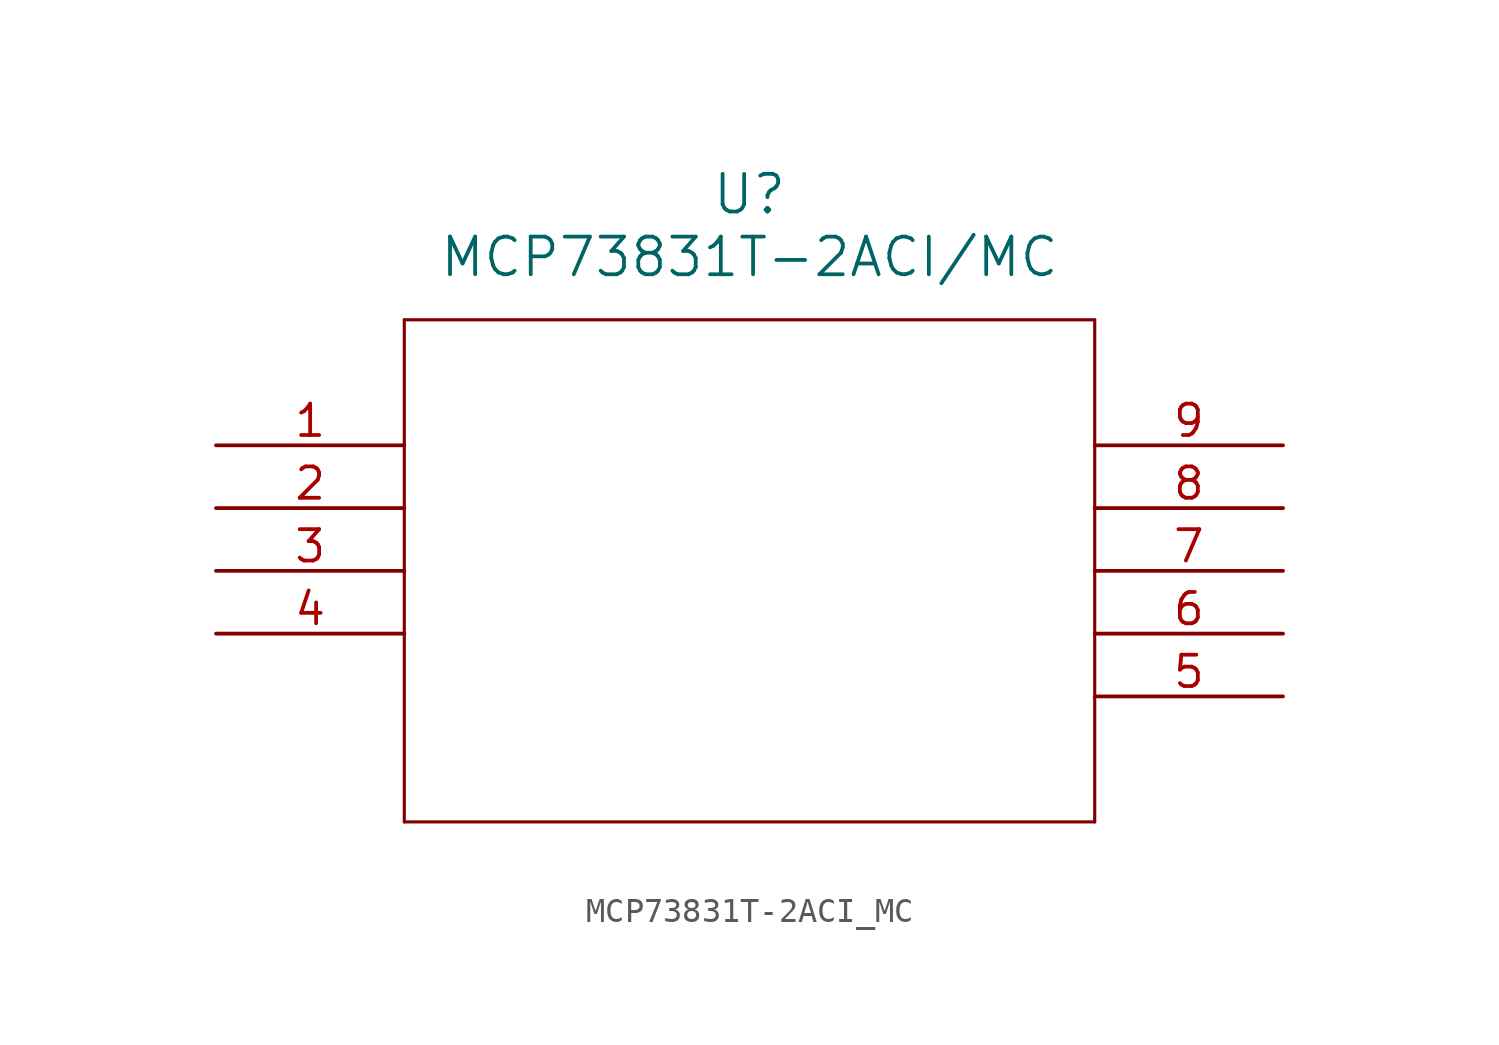
<source format=kicad_sym>
(kicad_symbol_lib
  (version 20211014)
  (generator kicad_symbol_editor)
  (symbol "MCP73831T-2ACI_MC"
    (pin_names
      (offset 0.254))
    (property "Reference" "U"
      (at 21.59 10.16 0)
      (effects (font (size 1.524 1.524))))
    (property "Value" "MCP73831T-2ACI/MC"
      (at 21.59 7.62 0)
      (effects (font (size 1.524 1.524))))
    (symbol "MCP73831T-2ACI_MC_0_1"
      (polyline (pts (xy 7.62 5.08) (xy 7.62 -15.24)) (stroke (width 0.127) (type default) (color 0 0 0 0)) (fill (type none)))
      (polyline (pts (xy 7.62 -15.24) (xy 35.56 -15.24)) (stroke (width 0.127) (type default) (color 0 0 0 0)) (fill (type none)))
      (polyline (pts (xy 35.56 -15.24) (xy 35.56 5.08)) (stroke (width 0.127) (type default) (color 0 0 0 0)) (fill (type none)))
      (polyline (pts (xy 35.56 5.08) (xy 7.62 5.08)) (stroke (width 0.127) (type default) (color 0 0 0 0)) (fill (type none)))
      (pin unspecified line (at 0 0 0) (length 7.62) (name "" (effects (font (size 1.27 1.27)))) (number "1" (effects (font (size 1.27 1.27)))))
      (pin unspecified line (at 0 -2.54 0) (length 7.62) (name "" (effects (font (size 1.27 1.27)))) (number "2" (effects (font (size 1.27 1.27)))))
      (pin unspecified line (at 0 -5.08 0) (length 7.62) (name "" (effects (font (size 1.27 1.27)))) (number "3" (effects (font (size 1.27 1.27)))))
      (pin unspecified line (at 0 -7.62 0) (length 7.62) (name "" (effects (font (size 1.27 1.27)))) (number "4" (effects (font (size 1.27 1.27)))))
      (pin unspecified line (at 43.18 -10.16 180) (length 7.62) (name "" (effects (font (size 1.27 1.27)))) (number "5" (effects (font (size 1.27 1.27)))))
      (pin unspecified line (at 43.18 -7.62 180) (length 7.62) (name "" (effects (font (size 1.27 1.27)))) (number "6" (effects (font (size 1.27 1.27)))))
      (pin unspecified line (at 43.18 -5.08 180) (length 7.62) (name "" (effects (font (size 1.27 1.27)))) (number "7" (effects (font (size 1.27 1.27)))))
      (pin unspecified line (at 43.18 -2.54 180) (length 7.62) (name "" (effects (font (size 1.27 1.27)))) (number "8" (effects (font (size 1.27 1.27)))))
      (pin unspecified line (at 43.18 0 180) (length 7.62) (name "" (effects (font (size 1.27 1.27)))) (number "9" (effects (font (size 1.27 1.27))))))))
</source>
